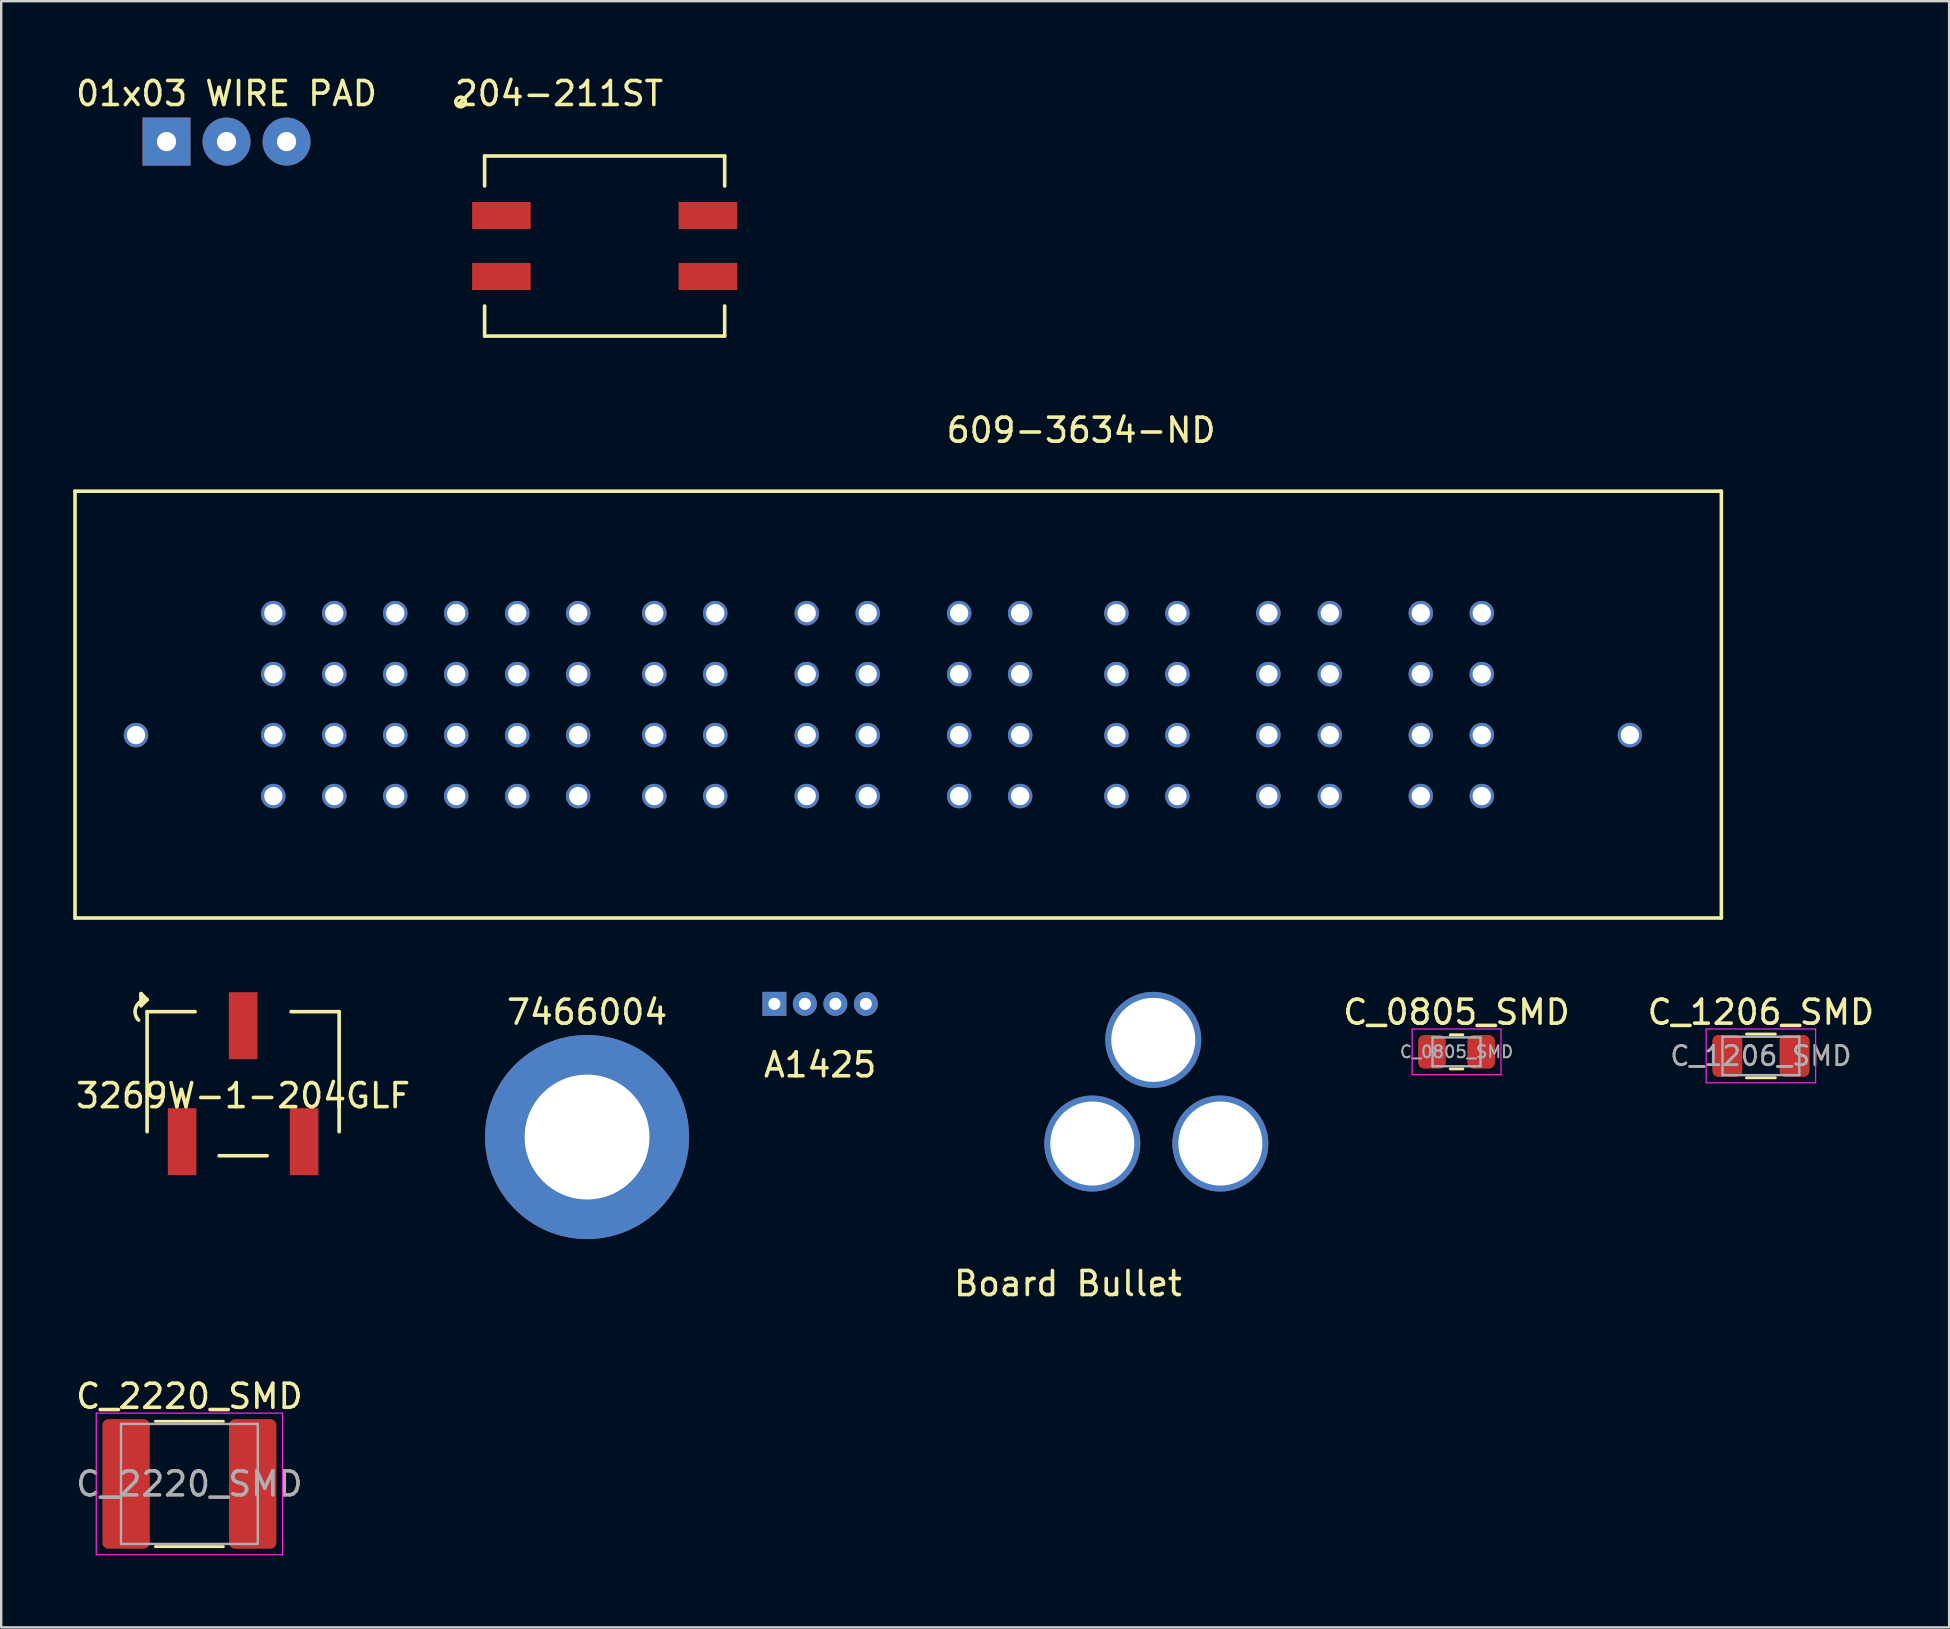
<source format=kicad_pcb>
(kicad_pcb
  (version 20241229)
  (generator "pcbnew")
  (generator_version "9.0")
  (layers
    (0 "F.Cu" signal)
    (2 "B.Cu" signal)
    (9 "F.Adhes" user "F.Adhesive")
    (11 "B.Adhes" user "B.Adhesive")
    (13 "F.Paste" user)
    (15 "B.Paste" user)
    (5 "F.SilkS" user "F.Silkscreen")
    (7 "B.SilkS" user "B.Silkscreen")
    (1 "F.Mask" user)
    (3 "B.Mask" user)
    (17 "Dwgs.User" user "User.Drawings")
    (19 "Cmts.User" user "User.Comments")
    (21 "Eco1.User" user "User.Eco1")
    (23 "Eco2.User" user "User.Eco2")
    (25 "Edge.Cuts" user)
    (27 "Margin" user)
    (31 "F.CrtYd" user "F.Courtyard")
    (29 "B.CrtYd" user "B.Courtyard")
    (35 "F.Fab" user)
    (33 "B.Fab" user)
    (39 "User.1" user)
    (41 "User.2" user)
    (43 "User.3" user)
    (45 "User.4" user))
  (footprint "609-3634-ND"
    (layer "F.Cu")
    (at 2.615 22.491)
    (property "Reference" "609-3634-ND" (at 39.37 -7.62 0) (layer "F.SilkS") (effects (font (size 1 1) (thickness 0.15))))
    (attr through_hole)
    (fp_line (start -2.54 -5.08) (end -2.54 12.7) (stroke (width 0.15) (type solid)) (layer "F.SilkS"))
    (fp_line (start -2.54 12.7) (end 66.04 12.7) (stroke (width 0.15) (type solid)) (layer "F.SilkS"))
    (fp_line (start 66.04 -5.08) (end -2.54 -5.08) (stroke (width 0.15) (type solid)) (layer "F.SilkS"))
    (fp_line (start 66.04 12.7) (end 66.04 -5.08) (stroke (width 0.15) (type solid)) (layer "F.SilkS"))
    (pad "1" thru_hole circle (at 5.72 0) (size 1.02 1.02) (drill 0.762) (layers "*.Cu" "*.Mask"))
    (pad "1" thru_hole circle (at 5.72 5.08) (size 1.02 1.02) (drill 0.762) (layers "*.Cu" "*.Mask"))
    (pad "1" thru_hole circle (at 5.72 7.62) (size 1.02 1.02) (drill 0.762) (layers "*.Cu" "*.Mask"))
    (pad "1" thru_hole circle (at 10.8 0) (size 1.02 1.02) (drill 0.762) (layers "*.Cu" "*.Mask"))
    (pad "1" thru_hole circle (at 10.8 2.54) (size 1.02 1.02) (drill 0.762) (layers "*.Cu" "*.Mask"))
    (pad "1" thru_hole circle (at 10.8 5.08) (size 1.02 1.02) (drill 0.762) (layers "*.Cu" "*.Mask"))
    (pad "1" thru_hole circle (at 10.8 7.62) (size 1.02 1.02) (drill 0.762) (layers "*.Cu" "*.Mask"))
    (pad "1" thru_hole circle (at 13.34 0) (size 1.02 1.02) (drill 0.762) (layers "*.Cu" "*.Mask"))
    (pad "1" thru_hole circle (at 13.34 2.54) (size 1.02 1.02) (drill 0.762) (layers "*.Cu" "*.Mask"))
    (pad "1" thru_hole circle (at 13.34 5.08) (size 1.02 1.02) (drill 0.762) (layers "*.Cu" "*.Mask"))
    (pad "1" thru_hole circle (at 13.34 7.62) (size 1.02 1.02) (drill 0.762) (layers "*.Cu" "*.Mask"))
    (pad "1" thru_hole circle (at 15.88 0) (size 1.02 1.02) (drill 0.762) (layers "*.Cu" "*.Mask"))
    (pad "1" thru_hole circle (at 15.88 2.54) (size 1.02 1.02) (drill 0.762) (layers "*.Cu" "*.Mask"))
    (pad "1" thru_hole circle (at 15.88 5.08) (size 1.02 1.02) (drill 0.762) (layers "*.Cu" "*.Mask"))
    (pad "1" thru_hole circle (at 15.88 7.62) (size 1.02 1.02) (drill 0.762) (layers "*.Cu" "*.Mask"))
    (pad "1" thru_hole circle (at 18.42 0) (size 1.02 1.02) (drill 0.762) (layers "*.Cu" "*.Mask"))
    (pad "1" thru_hole circle (at 18.42 2.54) (size 1.02 1.02) (drill 0.762) (layers "*.Cu" "*.Mask"))
    (pad "1" thru_hole circle (at 18.42 5.08) (size 1.02 1.02) (drill 0.762) (layers "*.Cu" "*.Mask"))
    (pad "1" thru_hole circle (at 18.42 7.62) (size 1.02 1.02) (drill 0.762) (layers "*.Cu" "*.Mask"))
    (pad "2" thru_hole circle (at 5.72 2.54) (size 1.02 1.02) (drill 0.762) (layers "*.Cu" "*.Mask"))
    (pad "3" thru_hole circle (at 21.59 0) (size 1.02 1.02) (drill 0.762) (layers "*.Cu" "*.Mask"))
    (pad "3" thru_hole circle (at 21.59 2.54) (size 1.02 1.02) (drill 0.762) (layers "*.Cu" "*.Mask"))
    (pad "3" thru_hole circle (at 21.59 5.08) (size 1.02 1.02) (drill 0.762) (layers "*.Cu" "*.Mask"))
    (pad "3" thru_hole circle (at 21.59 7.62) (size 1.02 1.02) (drill 0.762) (layers "*.Cu" "*.Mask"))
    (pad "3" thru_hole circle (at 24.13 0) (size 1.02 1.02) (drill 0.762) (layers "*.Cu" "*.Mask"))
    (pad "3" thru_hole circle (at 24.13 2.54) (size 1.02 1.02) (drill 0.762) (layers "*.Cu" "*.Mask"))
    (pad "3" thru_hole circle (at 24.13 5.08) (size 1.02 1.02) (drill 0.762) (layers "*.Cu" "*.Mask"))
    (pad "3" thru_hole circle (at 24.13 7.62) (size 1.02 1.02) (drill 0.762) (layers "*.Cu" "*.Mask"))
    (pad "3" thru_hole circle (at 27.94 0) (size 1.02 1.02) (drill 0.762) (layers "*.Cu" "*.Mask"))
    (pad "3" thru_hole circle (at 27.94 2.54) (size 1.02 1.02) (drill 0.762) (layers "*.Cu" "*.Mask"))
    (pad "3" thru_hole circle (at 27.94 5.08) (size 1.02 1.02) (drill 0.762) (layers "*.Cu" "*.Mask"))
    (pad "3" thru_hole circle (at 27.94 7.62) (size 1.02 1.02) (drill 0.762) (layers "*.Cu" "*.Mask"))
    (pad "3" thru_hole circle (at 30.48 0) (size 1.02 1.02) (drill 0.762) (layers "*.Cu" "*.Mask"))
    (pad "3" thru_hole circle (at 30.48 2.54) (size 1.02 1.02) (drill 0.762) (layers "*.Cu" "*.Mask"))
    (pad "3" thru_hole circle (at 30.48 5.08) (size 1.02 1.02) (drill 0.762) (layers "*.Cu" "*.Mask"))
    (pad "3" thru_hole circle (at 30.48 7.62) (size 1.02 1.02) (drill 0.762) (layers "*.Cu" "*.Mask"))
    (pad "3" thru_hole circle (at 34.29 0) (size 1.02 1.02) (drill 0.762) (layers "*.Cu" "*.Mask"))
    (pad "3" thru_hole circle (at 34.29 2.54) (size 1.02 1.02) (drill 0.762) (layers "*.Cu" "*.Mask"))
    (pad "3" thru_hole circle (at 34.29 5.08) (size 1.02 1.02) (drill 0.762) (layers "*.Cu" "*.Mask"))
    (pad "3" thru_hole circle (at 34.29 7.62) (size 1.02 1.02) (drill 0.762) (layers "*.Cu" "*.Mask"))
    (pad "3" thru_hole circle (at 36.83 0) (size 1.02 1.02) (drill 0.762) (layers "*.Cu" "*.Mask"))
    (pad "3" thru_hole circle (at 36.83 2.54) (size 1.02 1.02) (drill 0.762) (layers "*.Cu" "*.Mask"))
    (pad "3" thru_hole circle (at 36.83 5.08) (size 1.02 1.02) (drill 0.762) (layers "*.Cu" "*.Mask"))
    (pad "3" thru_hole circle (at 36.83 7.62) (size 1.02 1.02) (drill 0.762) (layers "*.Cu" "*.Mask"))
    (pad "3" thru_hole circle (at 40.84 0) (size 1.02 1.02) (drill 0.762) (layers "*.Cu" "*.Mask"))
    (pad "3" thru_hole circle (at 40.84 2.54) (size 1.02 1.02) (drill 0.762) (layers "*.Cu" "*.Mask"))
    (pad "3" thru_hole circle (at 40.84 5.08) (size 1.02 1.02) (drill 0.762) (layers "*.Cu" "*.Mask"))
    (pad "3" thru_hole circle (at 40.84 7.62) (size 1.02 1.02) (drill 0.762) (layers "*.Cu" "*.Mask"))
    (pad "3" thru_hole circle (at 43.38 0) (size 1.02 1.02) (drill 0.762) (layers "*.Cu" "*.Mask"))
    (pad "3" thru_hole circle (at 43.38 2.54) (size 1.02 1.02) (drill 0.762) (layers "*.Cu" "*.Mask"))
    (pad "3" thru_hole circle (at 43.38 5.08) (size 1.02 1.02) (drill 0.762) (layers "*.Cu" "*.Mask"))
    (pad "3" thru_hole circle (at 43.38 7.62) (size 1.02 1.02) (drill 0.762) (layers "*.Cu" "*.Mask"))
    (pad "3" thru_hole circle (at 47.17 0) (size 1.02 1.02) (drill 0.762) (layers "*.Cu" "*.Mask"))
    (pad "3" thru_hole circle (at 47.17 2.54) (size 1.02 1.02) (drill 0.762) (layers "*.Cu" "*.Mask"))
    (pad "3" thru_hole circle (at 47.17 5.08) (size 1.02 1.02) (drill 0.762) (layers "*.Cu" "*.Mask"))
    (pad "3" thru_hole circle (at 47.17 7.62) (size 1.02 1.02) (drill 0.762) (layers "*.Cu" "*.Mask"))
    (pad "3" thru_hole circle (at 49.73 0) (size 1.02 1.02) (drill 0.762) (layers "*.Cu" "*.Mask"))
    (pad "3" thru_hole circle (at 49.73 2.54) (size 1.02 1.02) (drill 0.762) (layers "*.Cu" "*.Mask"))
    (pad "3" thru_hole circle (at 49.73 5.08) (size 1.02 1.02) (drill 0.762) (layers "*.Cu" "*.Mask"))
    (pad "3" thru_hole circle (at 49.73 7.62) (size 1.02 1.02) (drill 0.762) (layers "*.Cu" "*.Mask"))
    (pad "3" thru_hole circle (at 53.52 0) (size 1.02 1.02) (drill 0.762) (layers "*.Cu" "*.Mask"))
    (pad "3" thru_hole circle (at 53.52 2.54) (size 1.02 1.02) (drill 0.762) (layers "*.Cu" "*.Mask"))
    (pad "3" thru_hole circle (at 53.52 5.08) (size 1.02 1.02) (drill 0.762) (layers "*.Cu" "*.Mask"))
    (pad "3" thru_hole circle (at 53.52 7.62) (size 1.02 1.02) (drill 0.762) (layers "*.Cu" "*.Mask"))
    (pad "3" thru_hole circle (at 56.06 0) (size 1.02 1.02) (drill 0.762) (layers "*.Cu" "*.Mask"))
    (pad "3" thru_hole circle (at 56.06 2.54) (size 1.02 1.02) (drill 0.762) (layers "*.Cu" "*.Mask"))
    (pad "3" thru_hole circle (at 56.06 5.08) (size 1.02 1.02) (drill 0.762) (layers "*.Cu" "*.Mask"))
    (pad "3" thru_hole circle (at 56.06 7.62) (size 1.02 1.02) (drill 0.762) (layers "*.Cu" "*.Mask"))
    (pad "4" thru_hole circle (at 62.23 5.08) (size 1.02 1.02) (drill 0.762) (layers "*.Cu" "*.Mask"))
    (pad "5" thru_hole circle (at 8.26 0) (size 1.02 1.02) (drill 0.762) (layers "*.Cu" "*.Mask"))
    (pad "5" thru_hole circle (at 8.26 2.54) (size 1.02 1.02) (drill 0.762) (layers "*.Cu" "*.Mask"))
    (pad "5" thru_hole circle (at 8.26 5.08) (size 1.02 1.02) (drill 0.762) (layers "*.Cu" "*.Mask"))
    (pad "5" thru_hole circle (at 8.26 7.62) (size 1.02 1.02) (drill 0.762) (layers "*.Cu" "*.Mask"))
    (pad "6" thru_hole circle (at 0 5.08) (size 1.02 1.02) (drill 0.762) (layers "*.Cu" "*.Mask")))
  (footprint "3269W-1-204GLF"
    (layer "F.Cu")
    (at 7.077 42.092)
    (property "Reference" "3269W-1-204GLF" (at 0 0.5 0) (layer "F.SilkS") (effects (font (size 1 1) (thickness 0.15))))
    (attr through_hole)
    (fp_line (start -4.25 -3.75) (end -4.25 -3.5) (stroke (width 0.15) (type solid)) (layer "F.SilkS"))
    (fp_line (start -4.25 -3.25) (end -4.25 -3.75) (stroke (width 0.15) (type solid)) (layer "F.SilkS"))
    (fp_line (start -4 -3.5) (end -4.25 -3.75) (stroke (width 0.15) (type solid)) (layer "F.SilkS"))
    (fp_line (start -4 -3.5) (end -4.25 -3.25) (stroke (width 0.15) (type solid)) (layer "F.SilkS"))
    (fp_line (start -4 -3) (end -4 2) (stroke (width 0.15) (type solid)) (layer "F.SilkS"))
    (fp_line (start -2 -3) (end -4 -3) (stroke (width 0.15) (type solid)) (layer "F.SilkS"))
    (fp_line (start -1 3) (end 1 3) (stroke (width 0.15) (type solid)) (layer "F.SilkS"))
    (fp_line (start 2 -3) (end 4 -3) (stroke (width 0.15) (type solid)) (layer "F.SilkS"))
    (fp_line (start 4 -3) (end 4 2) (stroke (width 0.15) (type solid)) (layer "F.SilkS"))
    (fp_arc (start -4.353553 -2.646447) (mid -4.461939 -3.191342) (end -4 -3.5) (stroke (width 0.15) (type solid)) (layer "F.SilkS"))
    (pad "1" smd rect (at -2.54 2.415) (size 1.19 2.79) (layers "F.Cu" "F.Mask" "F.Paste"))
    (pad "2" smd rect (at 0 -2.415) (size 1.19 2.79) (layers "F.Cu" "F.Mask" "F.Paste"))
    (pad "3" smd rect (at 2.54 2.415) (size 1.19 2.79) (layers "F.Cu" "F.Mask" "F.Paste")))
  (footprint "C_2220_SMD"
    (layer "F.Cu")
    (at 4.839 58.765)
    (property "Reference" "C_2220_SMD" (at 0 -3.65 0) (layer "F.SilkS") (effects (font (size 1 1) (thickness 0.15))))
    (attr smd)
    (fp_line (start -1.416 -2.61) (end 1.416 -2.61) (stroke (width 0.12) (type solid)) (layer "F.SilkS"))
    (fp_line (start -1.416 2.61) (end 1.416 2.61) (stroke (width 0.12) (type solid)) (layer "F.SilkS"))
    (fp_line (start -3.88 -2.95) (end 3.88 -2.95) (stroke (width 0.05) (type solid)) (layer "F.CrtYd"))
    (fp_line (start -3.88 2.95) (end -3.88 -2.95) (stroke (width 0.05) (type solid)) (layer "F.CrtYd"))
    (fp_line (start 3.88 -2.95) (end 3.88 2.95) (stroke (width 0.05) (type solid)) (layer "F.CrtYd"))
    (fp_line (start 3.88 2.95) (end -3.88 2.95) (stroke (width 0.05) (type solid)) (layer "F.CrtYd"))
    (fp_line (start -2.85 -2.5) (end 2.85 -2.5) (stroke (width 0.1) (type solid)) (layer "F.Fab"))
    (fp_line (start -2.85 2.5) (end -2.85 -2.5) (stroke (width 0.1) (type solid)) (layer "F.Fab"))
    (fp_line (start 2.85 -2.5) (end 2.85 2.5) (stroke (width 0.1) (type solid)) (layer "F.Fab"))
    (fp_line (start 2.85 2.5) (end -2.85 2.5) (stroke (width 0.1) (type solid)) (layer "F.Fab"))
    (fp_text user "${REFERENCE}" (at 0 0 0) (layer "F.Fab") (effects (font (size 1 1) (thickness 0.15))))
    (pad "1" smd roundrect (at -2.638 0) (size 1.975 5.4) (layers "F.Cu" "F.Mask" "F.Paste") (roundrect_rratio 0.127))
    (pad "2" smd roundrect (at 2.638 0) (size 1.975 5.4) (layers "F.Cu" "F.Mask" "F.Paste") (roundrect_rratio 0.127)))
  (footprint "204-211ST"
    (layer "F.Cu")
    (at 22.137 7.198)
    (property "Reference" "204-211ST" (at -1.905 -6.35 0) (layer "F.SilkS") (effects (font (size 1 1) (thickness 0.15))))
    (attr through_hole)
    (fp_line (start -5 -2.5) (end -5 -3.75) (stroke (width 0.15) (type solid)) (layer "F.SilkS"))
    (fp_line (start -5 2.5) (end -5 3.75) (stroke (width 0.15) (type solid)) (layer "F.SilkS"))
    (fp_line (start -5 3.75) (end 5 3.75) (stroke (width 0.15) (type solid)) (layer "F.SilkS"))
    (fp_line (start 5 -3.75) (end -5 -3.75) (stroke (width 0.15) (type solid)) (layer "F.SilkS"))
    (fp_line (start 5 -3.75) (end 5 -2.5) (stroke (width 0.15) (type solid)) (layer "F.SilkS"))
    (fp_line (start 5 3.75) (end 5 2.5) (stroke (width 0.15) (type solid)) (layer "F.SilkS"))
    (fp_circle (center -6 -6) (end -5.8 -6) (stroke (width 0.15) (type solid)) (fill no) (layer "F.SilkS"))
    (pad "1" smd rect (at -4.3 -1.27) (size 2.44 1.13) (layers "F.Cu" "F.Mask" "F.Paste"))
    (pad "2" smd rect (at -4.3 1.27) (size 2.44 1.13) (layers "F.Cu" "F.Mask" "F.Paste"))
    (pad "3" smd rect (at 4.3 1.27) (size 2.44 1.13) (layers "F.Cu" "F.Mask" "F.Paste"))
    (pad "4" smd rect (at 4.3 -1.27) (size 2.44 1.13) (layers "F.Cu" "F.Mask" "F.Paste")))
  (footprint "A1425"
    (layer "F.Cu")
    (at 31.113 38.767)
    (property "Reference" "A1425" (at 0 2.54 0) (layer "F.SilkS") (effects (font (size 1 1) (thickness 0.15))))
    (attr through_hole)
    (pad "1" thru_hole rect (at -1.905 0) (size 1 1) (drill 0.5) (layers "*.Cu" "*.Mask"))
    (pad "2" thru_hole circle (at -0.635 0) (size 1 1) (drill 0.5) (layers "*.Cu" "*.Mask"))
    (pad "3" thru_hole circle (at 0.635 0) (size 1 1) (drill 0.5) (layers "*.Cu" "*.Mask"))
    (pad "4" thru_hole circle (at 1.905 0) (size 1 1) (drill 0.5) (layers "*.Cu" "*.Mask")))
  (footprint "C_1206_SMD"
    (layer "F.Cu")
    (at 70.302 40.935)
    (property "Reference" "C_1206_SMD" (at 0 -1.82 0) (layer "F.SilkS") (effects (font (size 1 1) (thickness 0.15))))
    (attr smd)
    (fp_line (start -0.602 -0.91) (end 0.602 -0.91) (stroke (width 0.12) (type solid)) (layer "F.SilkS"))
    (fp_line (start -0.602 0.91) (end 0.602 0.91) (stroke (width 0.12) (type solid)) (layer "F.SilkS"))
    (fp_line (start -2.28 -1.12) (end 2.28 -1.12) (stroke (width 0.05) (type solid)) (layer "F.CrtYd"))
    (fp_line (start -2.28 1.12) (end -2.28 -1.12) (stroke (width 0.05) (type solid)) (layer "F.CrtYd"))
    (fp_line (start 2.28 -1.12) (end 2.28 1.12) (stroke (width 0.05) (type solid)) (layer "F.CrtYd"))
    (fp_line (start 2.28 1.12) (end -2.28 1.12) (stroke (width 0.05) (type solid)) (layer "F.CrtYd"))
    (fp_line (start -1.6 -0.8) (end 1.6 -0.8) (stroke (width 0.1) (type solid)) (layer "F.Fab"))
    (fp_line (start -1.6 0.8) (end -1.6 -0.8) (stroke (width 0.1) (type solid)) (layer "F.Fab"))
    (fp_line (start 1.6 -0.8) (end 1.6 0.8) (stroke (width 0.1) (type solid)) (layer "F.Fab"))
    (fp_line (start 1.6 0.8) (end -1.6 0.8) (stroke (width 0.1) (type solid)) (layer "F.Fab"))
    (fp_text user "${REFERENCE}" (at 0 0 0) (layer "F.Fab") (effects (font (size 0.8 0.8) (thickness 0.12))))
    (pad "1" smd roundrect (at -1.4 0) (size 1.25 1.75) (layers "F.Cu" "F.Mask" "F.Paste") (roundrect_rratio 0.2))
    (pad "2" smd roundrect (at 1.4 0) (size 1.25 1.75) (layers "F.Cu" "F.Mask" "F.Paste") (roundrect_rratio 0.2)))
  (footprint "7466004"
    (layer "F.Cu")
    (at 21.405 44.315)
    (property "Reference" "7466004" (at 0 -5.2 0) (layer "F.SilkS") (effects (font (size 1 1) (thickness 0.15))))
    (attr through_hole)
    (pad "1" thru_hole circle (at 0 0 180) (size 8.5 8.5) (drill 5.2) (layers "*.Cu" "*.Mask")))
  (footprint "01x03 WIRE PAD"
    (layer "F.Cu")
    (at 6.387 2.848)
    (property "Reference" "01x03 WIRE PAD" (at 0 -2 0) (layer "F.SilkS") (effects (font (size 1 1) (thickness 0.15))))
    (attr through_hole)
    (pad "1" thru_hole rect (at -2.5 0) (size 2 2) (drill 0.8) (layers "*.Cu" "*.Mask"))
    (pad "2" thru_hole circle (at 0 0) (size 2 2) (drill 0.8) (layers "*.Cu" "*.Mask"))
    (pad "3" thru_hole circle (at 2.5 0) (size 2 2) (drill 0.8) (layers "*.Cu" "*.Mask")))
  (footprint "Board Bullet"
    (layer "F.Cu")
    (at 41.435 49.919)
    (property "Reference" "Board Bullet" (at 0 0.5 0) (layer "F.SilkS") (effects (font (size 1 1) (thickness 0.15))))
    (attr through_hole)
    (pad "1" thru_hole circle (at 1.016 -5.334) (size 4 4) (drill 3.5) (layers "*.Cu" "*.Mask"))
    (pad "2" thru_hole circle (at 6.35 -5.334) (size 4 4) (drill 3.5) (layers "*.Cu" "*.Mask"))
    (pad "3" thru_hole circle (at 3.556 -9.652 90) (size 4 4) (drill 3.5) (layers "*.Cu" "*.Mask")))
  (footprint "C_0805_SMD"
    (layer "F.Cu")
    (at 57.624 40.765)
    (property "Reference" "C_0805_SMD" (at 0 -1.65 0) (layer "F.SilkS") (effects (font (size 1 1) (thickness 0.15))))
    (attr smd)
    (fp_line (start -0.261 -0.71) (end 0.261 -0.71) (stroke (width 0.12) (type solid)) (layer "F.SilkS"))
    (fp_line (start -0.261 0.71) (end 0.261 0.71) (stroke (width 0.12) (type solid)) (layer "F.SilkS"))
    (fp_line (start -1.85 -0.95) (end 1.85 -0.95) (stroke (width 0.05) (type solid)) (layer "F.CrtYd"))
    (fp_line (start -1.85 0.95) (end -1.85 -0.95) (stroke (width 0.05) (type solid)) (layer "F.CrtYd"))
    (fp_line (start 1.85 -0.95) (end 1.85 0.95) (stroke (width 0.05) (type solid)) (layer "F.CrtYd"))
    (fp_line (start 1.85 0.95) (end -1.85 0.95) (stroke (width 0.05) (type solid)) (layer "F.CrtYd"))
    (fp_line (start -1 -0.6) (end 1 -0.6) (stroke (width 0.1) (type solid)) (layer "F.Fab"))
    (fp_line (start -1 0.6) (end -1 -0.6) (stroke (width 0.1) (type solid)) (layer "F.Fab"))
    (fp_line (start 1 -0.6) (end 1 0.6) (stroke (width 0.1) (type solid)) (layer "F.Fab"))
    (fp_line (start 1 0.6) (end -1 0.6) (stroke (width 0.1) (type solid)) (layer "F.Fab"))
    (fp_text user "${REFERENCE}" (at 0 0 0) (layer "F.Fab") (effects (font (size 0.5 0.5) (thickness 0.08))))
    (pad "1" smd roundrect (at -1.025 0) (size 1.15 1.4) (layers "F.Cu" "F.Mask" "F.Paste") (roundrect_rratio 0.217))
    (pad "2" smd roundrect (at 1.025 0) (size 1.15 1.4) (layers "F.Cu" "F.Mask" "F.Paste") (roundrect_rratio 0.217)))
  (gr_rect
    (start -3 -3)
    (end 78.142 64.74)
    (stroke (width 0.1) (type default))
    (fill no)
    (layer "Edge.Cuts")))
</source>
